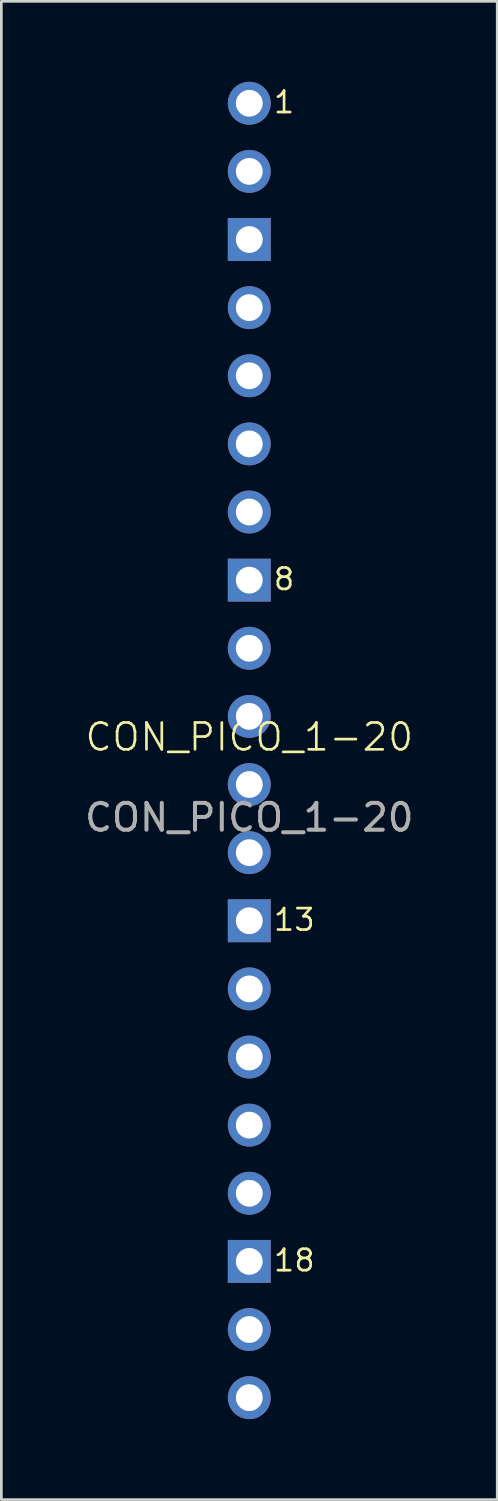
<source format=kicad_pcb>
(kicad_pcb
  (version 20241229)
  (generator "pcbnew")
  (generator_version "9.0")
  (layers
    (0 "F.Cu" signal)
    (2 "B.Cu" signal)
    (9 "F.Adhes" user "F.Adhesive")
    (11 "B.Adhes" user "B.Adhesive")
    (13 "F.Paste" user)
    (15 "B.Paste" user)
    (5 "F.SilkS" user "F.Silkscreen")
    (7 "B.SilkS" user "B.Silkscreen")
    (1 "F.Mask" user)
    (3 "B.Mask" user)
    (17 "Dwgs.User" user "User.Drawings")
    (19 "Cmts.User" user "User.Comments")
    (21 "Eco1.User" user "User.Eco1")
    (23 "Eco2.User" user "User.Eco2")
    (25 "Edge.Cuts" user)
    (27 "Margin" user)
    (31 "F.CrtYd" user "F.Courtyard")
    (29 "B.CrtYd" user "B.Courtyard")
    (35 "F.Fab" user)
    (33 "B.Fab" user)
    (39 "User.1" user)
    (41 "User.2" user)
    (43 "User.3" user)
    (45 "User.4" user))
  (footprint "CON_PICO_1-20"
    (layer "F.Cu")
    (at 6.244 24.93)
    (property "Reference" "CON_PICO_1-20" (at 0 -0.5 0) (unlocked yes) (layer "F.SilkS") (effects (font (size 1 1) (thickness 0.1))))
    (attr through_hole)
    (fp_text user "13" (at 0.85 6.78 0) (unlocked yes) (layer "F.SilkS") (effects (font (size 0.8 0.8) (thickness 0.1)) (justify left bottom)))
    (fp_text user "1" (at 0.85 -23.7 0) (unlocked yes) (layer "F.SilkS") (effects (font (size 0.8 0.8) (thickness 0.1)) (justify left bottom)))
    (fp_text user "18" (at 0.85 19.48 0) (unlocked yes) (layer "F.SilkS") (effects (font (size 0.8 0.8) (thickness 0.1)) (justify left bottom)))
    (fp_text user "8" (at 0.85 -5.92 0) (unlocked yes) (layer "F.SilkS") (effects (font (size 0.8 0.8) (thickness 0.1)) (justify left bottom)))
    (fp_text user "${REFERENCE}" (at 0 2.5 0) (unlocked yes) (layer "F.Fab") (effects (font (size 1 1) (thickness 0.15))))
    (pad "1" thru_hole circle (at 0 -24.13) (size 1.6 1.6) (drill 1) (layers "*.Cu" "*.Mask"))
    (pad "2" thru_hole circle (at 0 -21.59) (size 1.6 1.6) (drill 1) (layers "*.Cu" "*.Mask"))
    (pad "3" thru_hole rect (at 0 -19.05) (size 1.6 1.6) (drill 1) (layers "*.Cu" "*.Mask"))
    (pad "4" thru_hole circle (at 0 -16.51) (size 1.6 1.6) (drill 1) (layers "*.Cu" "*.Mask"))
    (pad "5" thru_hole circle (at 0 -13.97) (size 1.6 1.6) (drill 1) (layers "*.Cu" "*.Mask"))
    (pad "6" thru_hole circle (at 0 -11.43) (size 1.6 1.6) (drill 1) (layers "*.Cu" "*.Mask"))
    (pad "7" thru_hole circle (at 0 -8.89) (size 1.6 1.6) (drill 1) (layers "*.Cu" "*.Mask"))
    (pad "8" thru_hole rect (at 0 -6.35) (size 1.6 1.6) (drill 1) (layers "*.Cu" "*.Mask"))
    (pad "9" thru_hole circle (at 0 -3.81) (size 1.6 1.6) (drill 1) (layers "*.Cu" "*.Mask"))
    (pad "10" thru_hole circle (at 0 -1.27) (size 1.6 1.6) (drill 1) (layers "*.Cu" "*.Mask"))
    (pad "11" thru_hole circle (at 0 1.27) (size 1.6 1.6) (drill 1) (layers "*.Cu" "*.Mask"))
    (pad "12" thru_hole circle (at 0 3.81) (size 1.6 1.6) (drill 1) (layers "*.Cu" "*.Mask"))
    (pad "13" thru_hole rect (at 0 6.35) (size 1.6 1.6) (drill 1) (layers "*.Cu" "*.Mask"))
    (pad "14" thru_hole circle (at 0 8.89) (size 1.6 1.6) (drill 1) (layers "*.Cu" "*.Mask"))
    (pad "15" thru_hole circle (at 0 11.43) (size 1.6 1.6) (drill 1) (layers "*.Cu" "*.Mask"))
    (pad "16" thru_hole circle (at 0 13.97) (size 1.6 1.6) (drill 1) (layers "*.Cu" "*.Mask"))
    (pad "17" thru_hole circle (at 0 16.51) (size 1.6 1.6) (drill 1) (layers "*.Cu" "*.Mask"))
    (pad "18" thru_hole rect (at 0 19.05) (size 1.6 1.6) (drill 1) (layers "*.Cu" "*.Mask"))
    (pad "19" thru_hole circle (at 0 21.59) (size 1.6 1.6) (drill 1) (layers "*.Cu" "*.Mask"))
    (pad "20" thru_hole circle (at 0 24.13) (size 1.6 1.6) (drill 1) (layers "*.Cu" "*.Mask")))
  (gr_rect
    (start -3 -3)
    (end 15.488 52.86)
    (stroke (width 0.1) (type default))
    (fill no)
    (layer "Edge.Cuts")))
</source>
